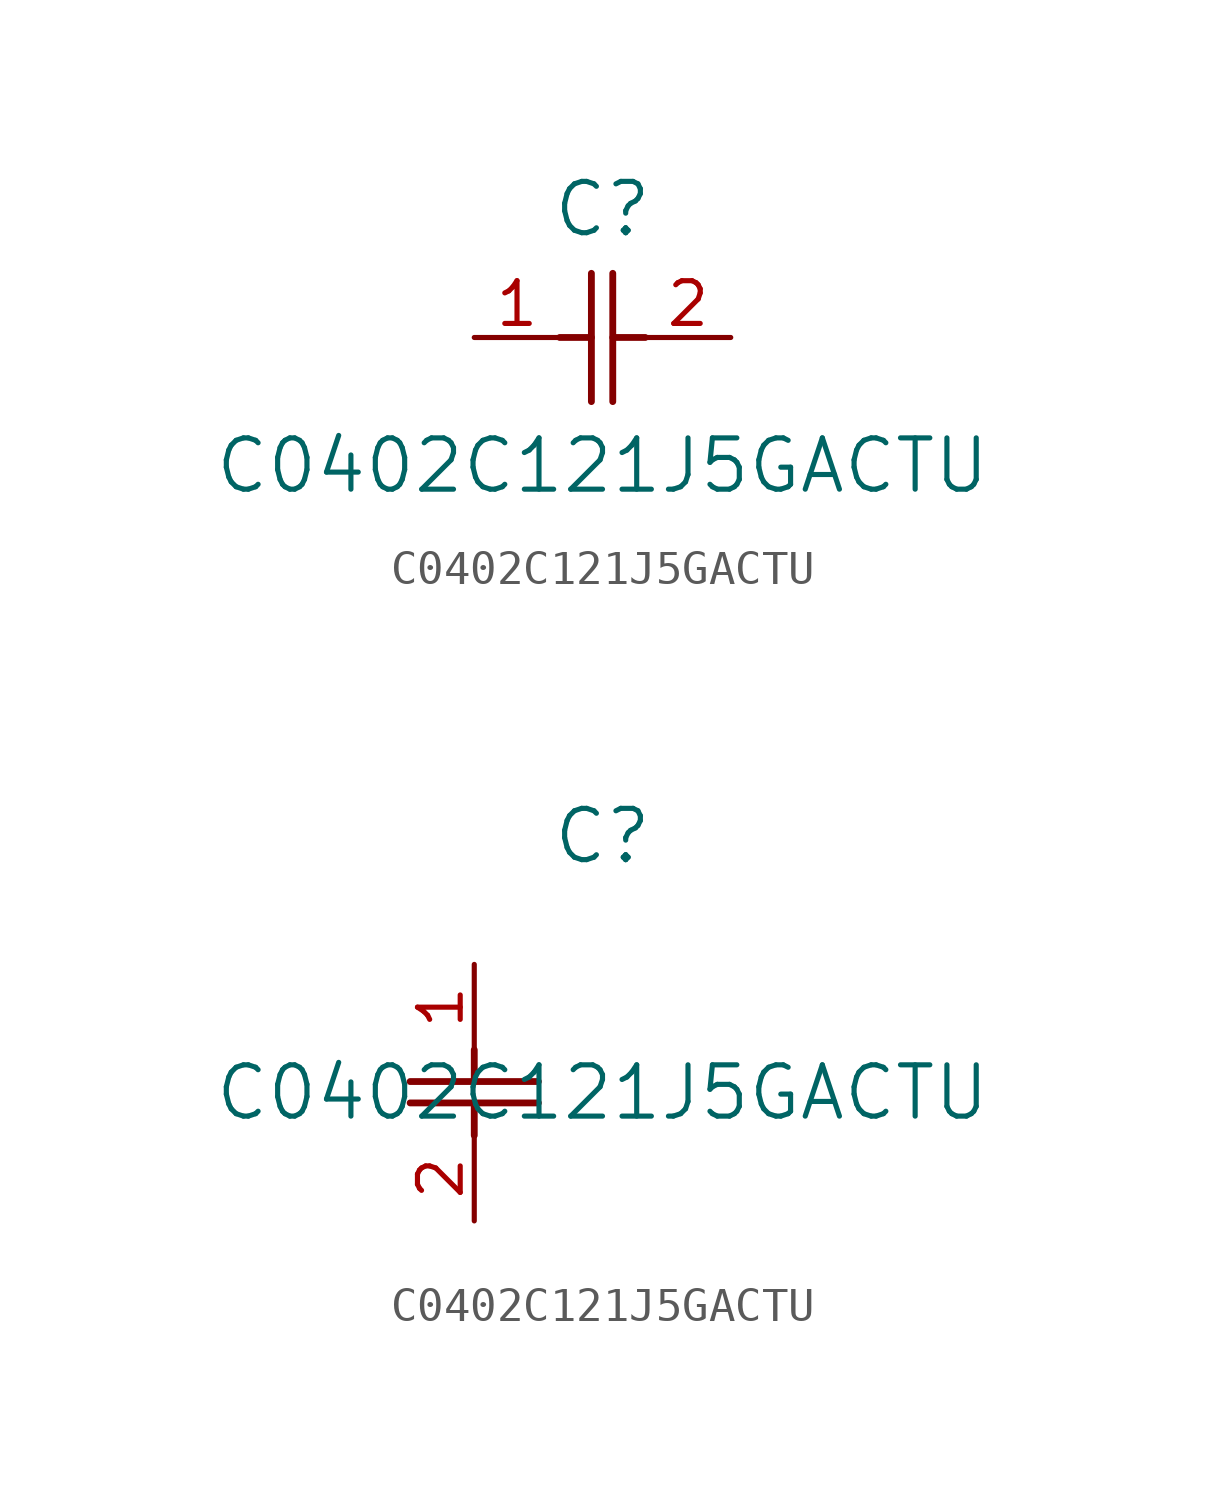
<source format=kicad_sym>
(kicad_symbol_lib
  (version 20211014)
  (generator kicad_symbol_editor)
  (symbol "C0402C121J5GACTU"
    (pin_names
      (offset 0.254))
    (property "Reference" "C"
      (at 3.81 3.81 0)
      (effects (font (size 1.524 1.524))))
    (property "Value" "C0402C121J5GACTU"
      (at 3.81 -3.81 0)
      (effects (font (size 1.524 1.524))))
    (symbol "C0402C121J5GACTU_1_1"
      (polyline (pts (xy 3.48 -1.905) (xy 3.48 1.905)) (stroke (width 0.203) (type default) (color 0 0 0 0)) (fill (type none)))
      (polyline (pts (xy 4.115 -1.905) (xy 4.115 1.905)) (stroke (width 0.203) (type default) (color 0 0 0 0)) (fill (type none)))
      (polyline (pts (xy 4.115 0) (xy 5.08 0)) (stroke (width 0.203) (type default) (color 0 0 0 0)) (fill (type none)))
      (polyline (pts (xy 2.54 0) (xy 3.48 0)) (stroke (width 0.203) (type default) (color 0 0 0 0)) (fill (type none)))
      (pin unspecified line (at 0 0 0) (length 2.54) (name "" (effects (font (size 1.27 1.27)))) (number "1" (effects (font (size 1.27 1.27)))))
      (pin unspecified line (at 7.62 0 180) (length 2.54) (name "" (effects (font (size 1.27 1.27)))) (number "2" (effects (font (size 1.27 1.27))))))
    (symbol "C0402C121J5GACTU_1_2"
      (polyline (pts (xy -1.905 -3.48) (xy 1.905 -3.48)) (stroke (width 0.203) (type default) (color 0 0 0 0)) (fill (type none)))
      (polyline (pts (xy -1.905 -4.115) (xy 1.905 -4.115)) (stroke (width 0.203) (type default) (color 0 0 0 0)) (fill (type none)))
      (polyline (pts (xy 0 -4.115) (xy 0 -5.08)) (stroke (width 0.203) (type default) (color 0 0 0 0)) (fill (type none)))
      (polyline (pts (xy 0 -2.54) (xy 0 -3.48)) (stroke (width 0.203) (type default) (color 0 0 0 0)) (fill (type none)))
      (pin unspecified line (at 0 0 270) (length 2.54) (name "" (effects (font (size 1.27 1.27)))) (number "1" (effects (font (size 1.27 1.27)))))
      (pin unspecified line (at 0 -7.62 90) (length 2.54) (name "" (effects (font (size 1.27 1.27)))) (number "2" (effects (font (size 1.27 1.27))))))))
</source>
